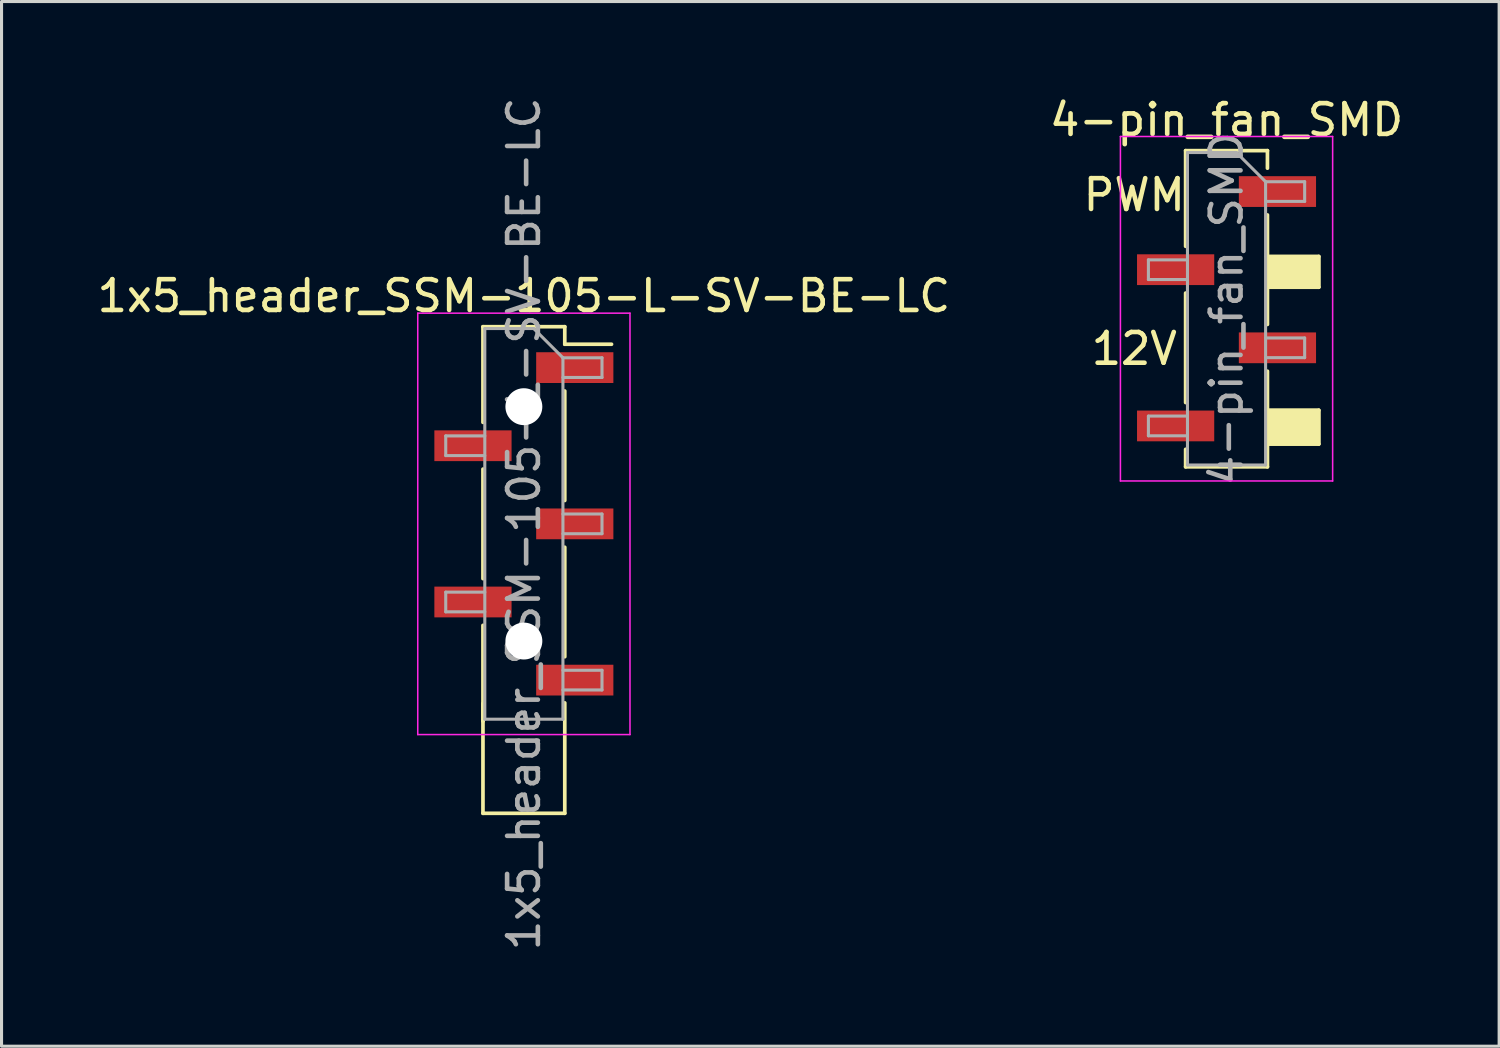
<source format=kicad_pcb>
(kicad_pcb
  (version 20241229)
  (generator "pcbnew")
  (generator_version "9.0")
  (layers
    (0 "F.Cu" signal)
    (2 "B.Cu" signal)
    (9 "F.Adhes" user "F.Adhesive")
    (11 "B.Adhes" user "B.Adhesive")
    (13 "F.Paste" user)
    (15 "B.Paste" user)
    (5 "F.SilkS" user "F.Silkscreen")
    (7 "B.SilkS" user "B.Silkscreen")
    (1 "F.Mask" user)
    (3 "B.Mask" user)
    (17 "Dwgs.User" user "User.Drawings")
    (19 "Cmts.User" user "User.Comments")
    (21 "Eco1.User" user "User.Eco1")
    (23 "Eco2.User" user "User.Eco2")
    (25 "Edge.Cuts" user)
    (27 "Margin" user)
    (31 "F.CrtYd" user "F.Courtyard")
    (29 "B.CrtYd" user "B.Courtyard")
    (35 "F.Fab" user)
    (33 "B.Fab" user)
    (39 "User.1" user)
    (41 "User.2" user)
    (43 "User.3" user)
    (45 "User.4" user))
  (footprint "1x5_header_SSM-105-L-SV-BE-LC"
    (layer "F.Cu")
    (at 13.982 13.982)
    (property "Reference" "1x5_header_SSM-105-L-SV-BE-LC" (at 0 -7.41 0) (layer "F.SilkS") (effects (font (size 1 1) (thickness 0.15))))
    (attr smd)
    (fp_line (start -1.33 -6.41) (end -1.33 -3.3) (stroke (width 0.12) (type solid)) (layer "F.SilkS"))
    (fp_line (start -1.33 -6.41) (end 1.33 -6.41) (stroke (width 0.12) (type solid)) (layer "F.SilkS"))
    (fp_line (start -1.33 -1.78) (end -1.33 1.78) (stroke (width 0.12) (type solid)) (layer "F.SilkS"))
    (fp_line (start -1.33 3.3) (end -1.33 6.41) (stroke (width 0.12) (type solid)) (layer "F.SilkS"))
    (fp_line (start -1.33 5.84) (end -1.33 6.41) (stroke (width 0.12) (type solid)) (layer "F.SilkS"))
    (fp_line (start -1.33 6.41) (end -1.33 9.41) (stroke (width 0.12) (type solid)) (layer "F.SilkS"))
    (fp_line (start -1.33 9.41) (end 1.33 9.41) (stroke (width 0.12) (type solid)) (layer "F.SilkS"))
    (fp_line (start 1.33 -6.41) (end 1.33 -5.84) (stroke (width 0.12) (type solid)) (layer "F.SilkS"))
    (fp_line (start 1.33 -5.84) (end 2.85 -5.84) (stroke (width 0.12) (type solid)) (layer "F.SilkS"))
    (fp_line (start 1.33 -4.32) (end 1.33 -0.76) (stroke (width 0.12) (type solid)) (layer "F.SilkS"))
    (fp_line (start 1.33 0.76) (end 1.33 4.32) (stroke (width 0.12) (type solid)) (layer "F.SilkS"))
    (fp_line (start 1.33 9.41) (end 1.33 5.82) (stroke (width 0.12) (type solid)) (layer "F.SilkS"))
    (fp_line (start -3.45 -6.85) (end -3.45 6.85) (stroke (width 0.05) (type solid)) (layer "F.CrtYd"))
    (fp_line (start -3.45 6.85) (end 3.45 6.85) (stroke (width 0.05) (type solid)) (layer "F.CrtYd"))
    (fp_line (start 3.45 -6.85) (end -3.45 -6.85) (stroke (width 0.05) (type solid)) (layer "F.CrtYd"))
    (fp_line (start 3.45 6.85) (end 3.45 -6.85) (stroke (width 0.05) (type solid)) (layer "F.CrtYd"))
    (fp_line (start -2.54 -2.86) (end -2.54 -2.22) (stroke (width 0.1) (type solid)) (layer "F.Fab"))
    (fp_line (start -2.54 -2.22) (end -1.27 -2.22) (stroke (width 0.1) (type solid)) (layer "F.Fab"))
    (fp_line (start -2.54 2.22) (end -2.54 2.86) (stroke (width 0.1) (type solid)) (layer "F.Fab"))
    (fp_line (start -2.54 2.86) (end -1.27 2.86) (stroke (width 0.1) (type solid)) (layer "F.Fab"))
    (fp_line (start -1.27 -6.35) (end -1.27 6.35) (stroke (width 0.1) (type solid)) (layer "F.Fab"))
    (fp_line (start -1.27 -6.35) (end 0.32 -6.35) (stroke (width 0.1) (type solid)) (layer "F.Fab"))
    (fp_line (start -1.27 -2.86) (end -2.54 -2.86) (stroke (width 0.1) (type solid)) (layer "F.Fab"))
    (fp_line (start -1.27 2.22) (end -2.54 2.22) (stroke (width 0.1) (type solid)) (layer "F.Fab"))
    (fp_line (start 1.27 -5.4) (end 0.32 -6.35) (stroke (width 0.1) (type solid)) (layer "F.Fab"))
    (fp_line (start 1.27 -5.4) (end 2.54 -5.4) (stroke (width 0.1) (type solid)) (layer "F.Fab"))
    (fp_line (start 1.27 -0.32) (end 2.54 -0.32) (stroke (width 0.1) (type solid)) (layer "F.Fab"))
    (fp_line (start 1.27 4.76) (end 2.54 4.76) (stroke (width 0.1) (type solid)) (layer "F.Fab"))
    (fp_line (start 1.27 6.35) (end -1.27 6.35) (stroke (width 0.1) (type solid)) (layer "F.Fab"))
    (fp_line (start 1.27 6.35) (end 1.27 -5.4) (stroke (width 0.1) (type solid)) (layer "F.Fab"))
    (fp_line (start 2.54 -5.4) (end 2.54 -4.76) (stroke (width 0.1) (type solid)) (layer "F.Fab"))
    (fp_line (start 2.54 -4.76) (end 1.27 -4.76) (stroke (width 0.1) (type solid)) (layer "F.Fab"))
    (fp_line (start 2.54 -0.32) (end 2.54 0.32) (stroke (width 0.1) (type solid)) (layer "F.Fab"))
    (fp_line (start 2.54 0.32) (end 1.27 0.32) (stroke (width 0.1) (type solid)) (layer "F.Fab"))
    (fp_line (start 2.54 4.76) (end 2.54 5.4) (stroke (width 0.1) (type solid)) (layer "F.Fab"))
    (fp_line (start 2.54 5.4) (end 1.27 5.4) (stroke (width 0.1) (type solid)) (layer "F.Fab"))
    (fp_text user "${REFERENCE}" (at 0 0 90) (layer "F.Fab") (effects (font (size 1 1) (thickness 0.15))))
    (pad "" np_thru_hole circle (at 0 -3.81) (size 1.2 1.2) (drill 1.2) (layers "*.Cu" "*.Mask"))
    (pad "" np_thru_hole circle (at 0 3.81) (size 1.2 1.2) (drill 1.2) (layers "*.Cu" "*.Mask"))
    (pad "1" smd rect (at 1.655 -5.08) (size 2.51 1) (layers "F.Cu" "F.Mask" "F.Paste"))
    (pad "2" smd rect (at -1.655 -2.54) (size 2.51 1) (layers "F.Cu" "F.Mask" "F.Paste"))
    (pad "3" smd rect (at 1.655 0) (size 2.51 1) (layers "F.Cu" "F.Mask" "F.Paste"))
    (pad "4" smd rect (at -1.655 2.54) (size 2.51 1) (layers "F.Cu" "F.Mask" "F.Paste"))
    (pad "5" smd rect (at 1.655 5.08) (size 2.51 1) (layers "F.Cu" "F.Mask" "F.Paste")))
  (footprint "4-pin_fan_SMD"
    (layer "F.Cu")
    (at 36.827 6.988)
    (property "Reference" "4-pin_fan_SMD" (at 0 -6.14 0) (layer "F.SilkS") (effects (font (size 1 1) (thickness 0.15))))
    (attr smd)
    (fp_line (start -1.33 -5.14) (end -1.33 -2.03) (stroke (width 0.12) (type solid)) (layer "F.SilkS"))
    (fp_line (start -1.33 -5.14) (end 1.33 -5.14) (stroke (width 0.12) (type solid)) (layer "F.SilkS"))
    (fp_line (start -1.33 -0.51) (end -1.33 3.05) (stroke (width 0.12) (type solid)) (layer "F.SilkS"))
    (fp_line (start -1.33 4.57) (end -1.33 5.14) (stroke (width 0.12) (type solid)) (layer "F.SilkS"))
    (fp_line (start -1.33 5.14) (end 1.33 5.14) (stroke (width 0.12) (type solid)) (layer "F.SilkS"))
    (fp_line (start 1.3 -1.7) (end 3 -1.7) (stroke (width 0.12) (type solid)) (layer "F.SilkS"))
    (fp_line (start 1.3 3.3) (end 3 3.3) (stroke (width 0.12) (type solid)) (layer "F.SilkS"))
    (fp_line (start 1.33 -5.14) (end 1.33 -4.57) (stroke (width 0.12) (type solid)) (layer "F.SilkS"))
    (fp_line (start 1.33 -3.05) (end 1.33 0.51) (stroke (width 0.12) (type solid)) (layer "F.SilkS"))
    (fp_line (start 1.33 2.03) (end 1.33 5.14) (stroke (width 0.12) (type solid)) (layer "F.SilkS"))
    (fp_line (start 3 -1.7) (end 3 -0.7) (stroke (width 0.12) (type solid)) (layer "F.SilkS"))
    (fp_line (start 3 -0.7) (end 1.4 -0.7) (stroke (width 0.12) (type solid)) (layer "F.SilkS"))
    (fp_line (start 3 3.3) (end 3 4.4) (stroke (width 0.12) (type solid)) (layer "F.SilkS"))
    (fp_line (start 3 4.4) (end 1.4 4.4) (stroke (width 0.12) (type solid)) (layer "F.SilkS"))
    (fp_poly (pts (xy 3 -0.7) (xy 1.3 -0.7) (xy 1.3 -1.7) (xy 3 -1.7)) (stroke (width 0.1) (type solid)) (fill yes) (layer "F.SilkS"))
    (fp_poly (pts (xy 3 4.4) (xy 1.3 4.4) (xy 1.3 3.3) (xy 3 3.3)) (stroke (width 0.1) (type solid)) (fill yes) (layer "F.SilkS"))
    (fp_line (start -3.45 -5.6) (end -3.45 5.6) (stroke (width 0.05) (type solid)) (layer "F.CrtYd"))
    (fp_line (start -3.45 5.6) (end 3.45 5.6) (stroke (width 0.05) (type solid)) (layer "F.CrtYd"))
    (fp_line (start 3.45 -5.6) (end -3.45 -5.6) (stroke (width 0.05) (type solid)) (layer "F.CrtYd"))
    (fp_line (start 3.45 5.6) (end 3.45 -5.6) (stroke (width 0.05) (type solid)) (layer "F.CrtYd"))
    (fp_line (start -2.54 -1.59) (end -2.54 -0.95) (stroke (width 0.1) (type solid)) (layer "F.Fab"))
    (fp_line (start -2.54 -0.95) (end -1.27 -0.95) (stroke (width 0.1) (type solid)) (layer "F.Fab"))
    (fp_line (start -2.54 3.49) (end -2.54 4.13) (stroke (width 0.1) (type solid)) (layer "F.Fab"))
    (fp_line (start -2.54 4.13) (end -1.27 4.13) (stroke (width 0.1) (type solid)) (layer "F.Fab"))
    (fp_line (start -1.27 -5.08) (end -1.27 5.08) (stroke (width 0.1) (type solid)) (layer "F.Fab"))
    (fp_line (start -1.27 -5.08) (end 0.32 -5.08) (stroke (width 0.1) (type solid)) (layer "F.Fab"))
    (fp_line (start -1.27 -1.59) (end -2.54 -1.59) (stroke (width 0.1) (type solid)) (layer "F.Fab"))
    (fp_line (start -1.27 3.49) (end -2.54 3.49) (stroke (width 0.1) (type solid)) (layer "F.Fab"))
    (fp_line (start 1.27 -4.13) (end 0.32 -5.08) (stroke (width 0.1) (type solid)) (layer "F.Fab"))
    (fp_line (start 1.27 -4.13) (end 2.54 -4.13) (stroke (width 0.1) (type solid)) (layer "F.Fab"))
    (fp_line (start 1.27 0.95) (end 2.54 0.95) (stroke (width 0.1) (type solid)) (layer "F.Fab"))
    (fp_line (start 1.27 5.08) (end -1.27 5.08) (stroke (width 0.1) (type solid)) (layer "F.Fab"))
    (fp_line (start 1.27 5.08) (end 1.27 -4.13) (stroke (width 0.1) (type solid)) (layer "F.Fab"))
    (fp_line (start 2.54 -4.13) (end 2.54 -3.49) (stroke (width 0.1) (type solid)) (layer "F.Fab"))
    (fp_line (start 2.54 -3.49) (end 1.27 -3.49) (stroke (width 0.1) (type solid)) (layer "F.Fab"))
    (fp_line (start 2.54 0.95) (end 2.54 1.59) (stroke (width 0.1) (type solid)) (layer "F.Fab"))
    (fp_line (start 2.54 1.59) (end 1.27 1.59) (stroke (width 0.1) (type solid)) (layer "F.Fab"))
    (fp_text user "12V" (at -3 1.3 0) (layer "F.SilkS") (effects (font (size 1 1) (thickness 0.15))))
    (fp_text user "PWM" (at -3 -3.7 0) (layer "F.SilkS") (effects (font (size 1 1) (thickness 0.15))))
    (fp_text user "${REFERENCE}" (at 0 0 90) (layer "F.Fab") (effects (font (size 1 1) (thickness 0.15))))
    (pad "1" smd rect (at -1.655 3.81 180) (size 2.51 1) (layers "F.Cu" "F.Mask" "F.Paste"))
    (pad "2" smd rect (at 1.655 1.27 180) (size 2.51 1) (layers "F.Cu" "F.Mask" "F.Paste"))
    (pad "3" smd rect (at -1.655 -1.27 180) (size 2.51 1) (layers "F.Cu" "F.Mask" "F.Paste"))
    (pad "4" smd rect (at 1.655 -3.81 180) (size 2.51 1) (layers "F.Cu" "F.Mask" "F.Paste")))
  (gr_rect
    (start -3 -3)
    (end 45.69 30.964)
    (stroke (width 0.1) (type default))
    (fill no)
    (layer "Edge.Cuts")))
</source>
